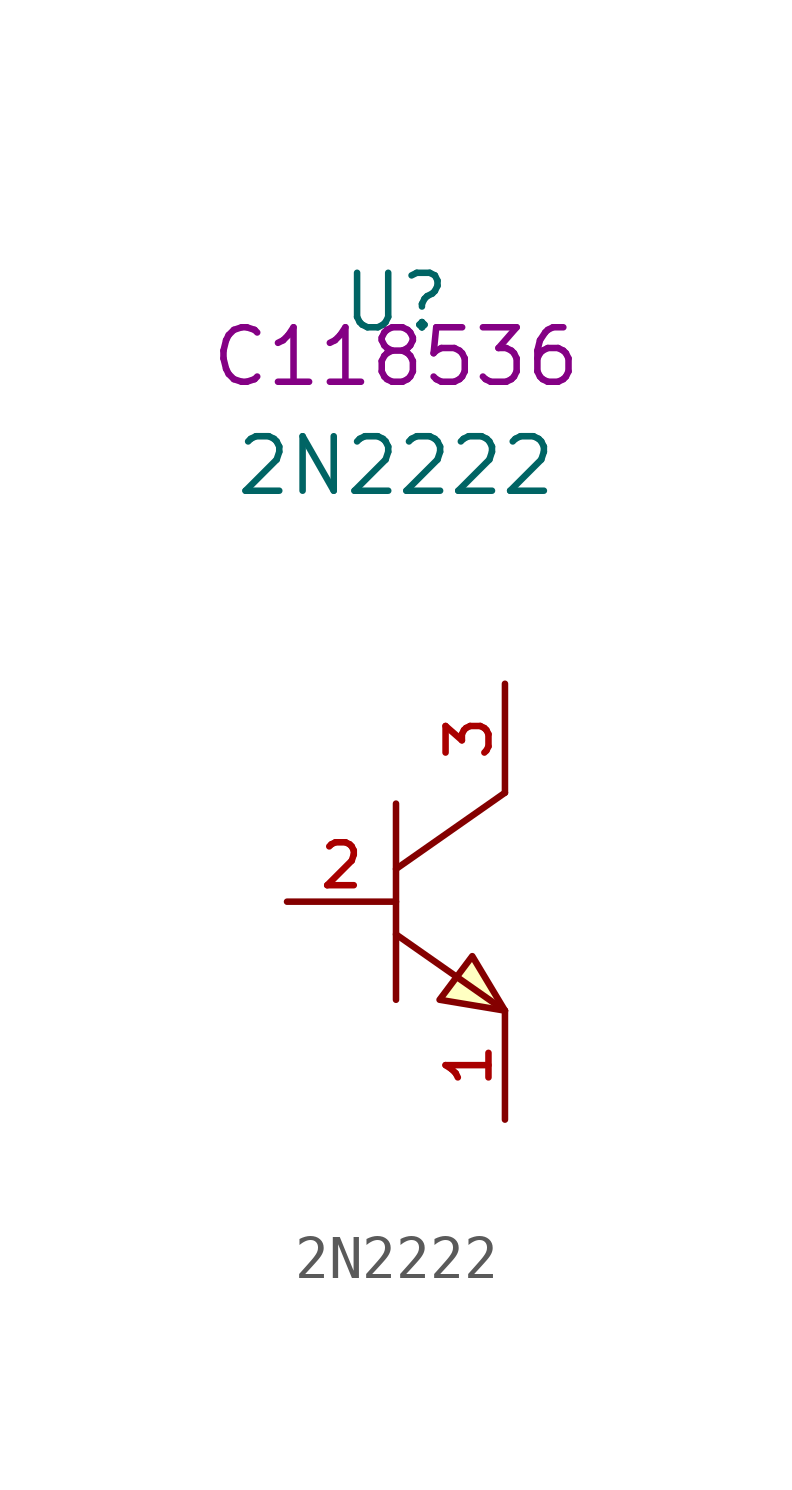
<source format=kicad_sym>
(kicad_symbol_lib
  (version 20210201)
  (generator TousstNicolas/JLC2KiCad_lib)
  (symbol "2N2222"
    (pin_names hide)
    (property "Reference" "U"
      (at 0 1.27 0)
      (effects (font (size 1.27 1.27))))
    (property "Value" "2N2222"
      (at 0 -2.54 0)
      (effects (font (size 1.27 1.27))))
    (property "LCSC" "C118536"
      (at 0 0 0)
      (effects (font (size 1.27 1.27))))
    (symbol "2N2222_0_0"
      (pin unspecified line (at 2.54 -7.62 270) (length 2.54) (name "C" (effects (font (size 1 1)))) (number "3" (effects (font (size 1 1)))))
      (pin unspecified line (at -2.54 -12.7 0) (length 2.54) (name "B" (effects (font (size 1 1)))) (number "2" (effects (font (size 1 1)))))
      (pin unspecified line (at 2.54 -17.78 90) (length 2.54) (name "E" (effects (font (size 1 1)))) (number "1" (effects (font (size 1 1)))))
      (polyline (pts (xy 2.54 -10.16) (xy 0.0 -11.938)) (stroke (width 0) (type default) (color 0 0 0 0)) (fill (type none)))
      (polyline (pts (xy 0.0 -13.462) (xy 2.54 -15.24)) (stroke (width 0) (type default) (color 0 0 0 0)) (fill (type none)))
      (polyline (pts (xy 0.0 -10.414) (xy 0.0 -14.986)) (stroke (width 0) (type default) (color 0 0 0 0)) (fill (type none)))
      (polyline (pts (xy 2.54 -15.24) (xy 1.778 -13.97) (xy 1.016 -14.986) (xy 2.54 -15.24)) (stroke (width 0) (type default) (color 0 0 0 0)) (fill (type background))))))
</source>
